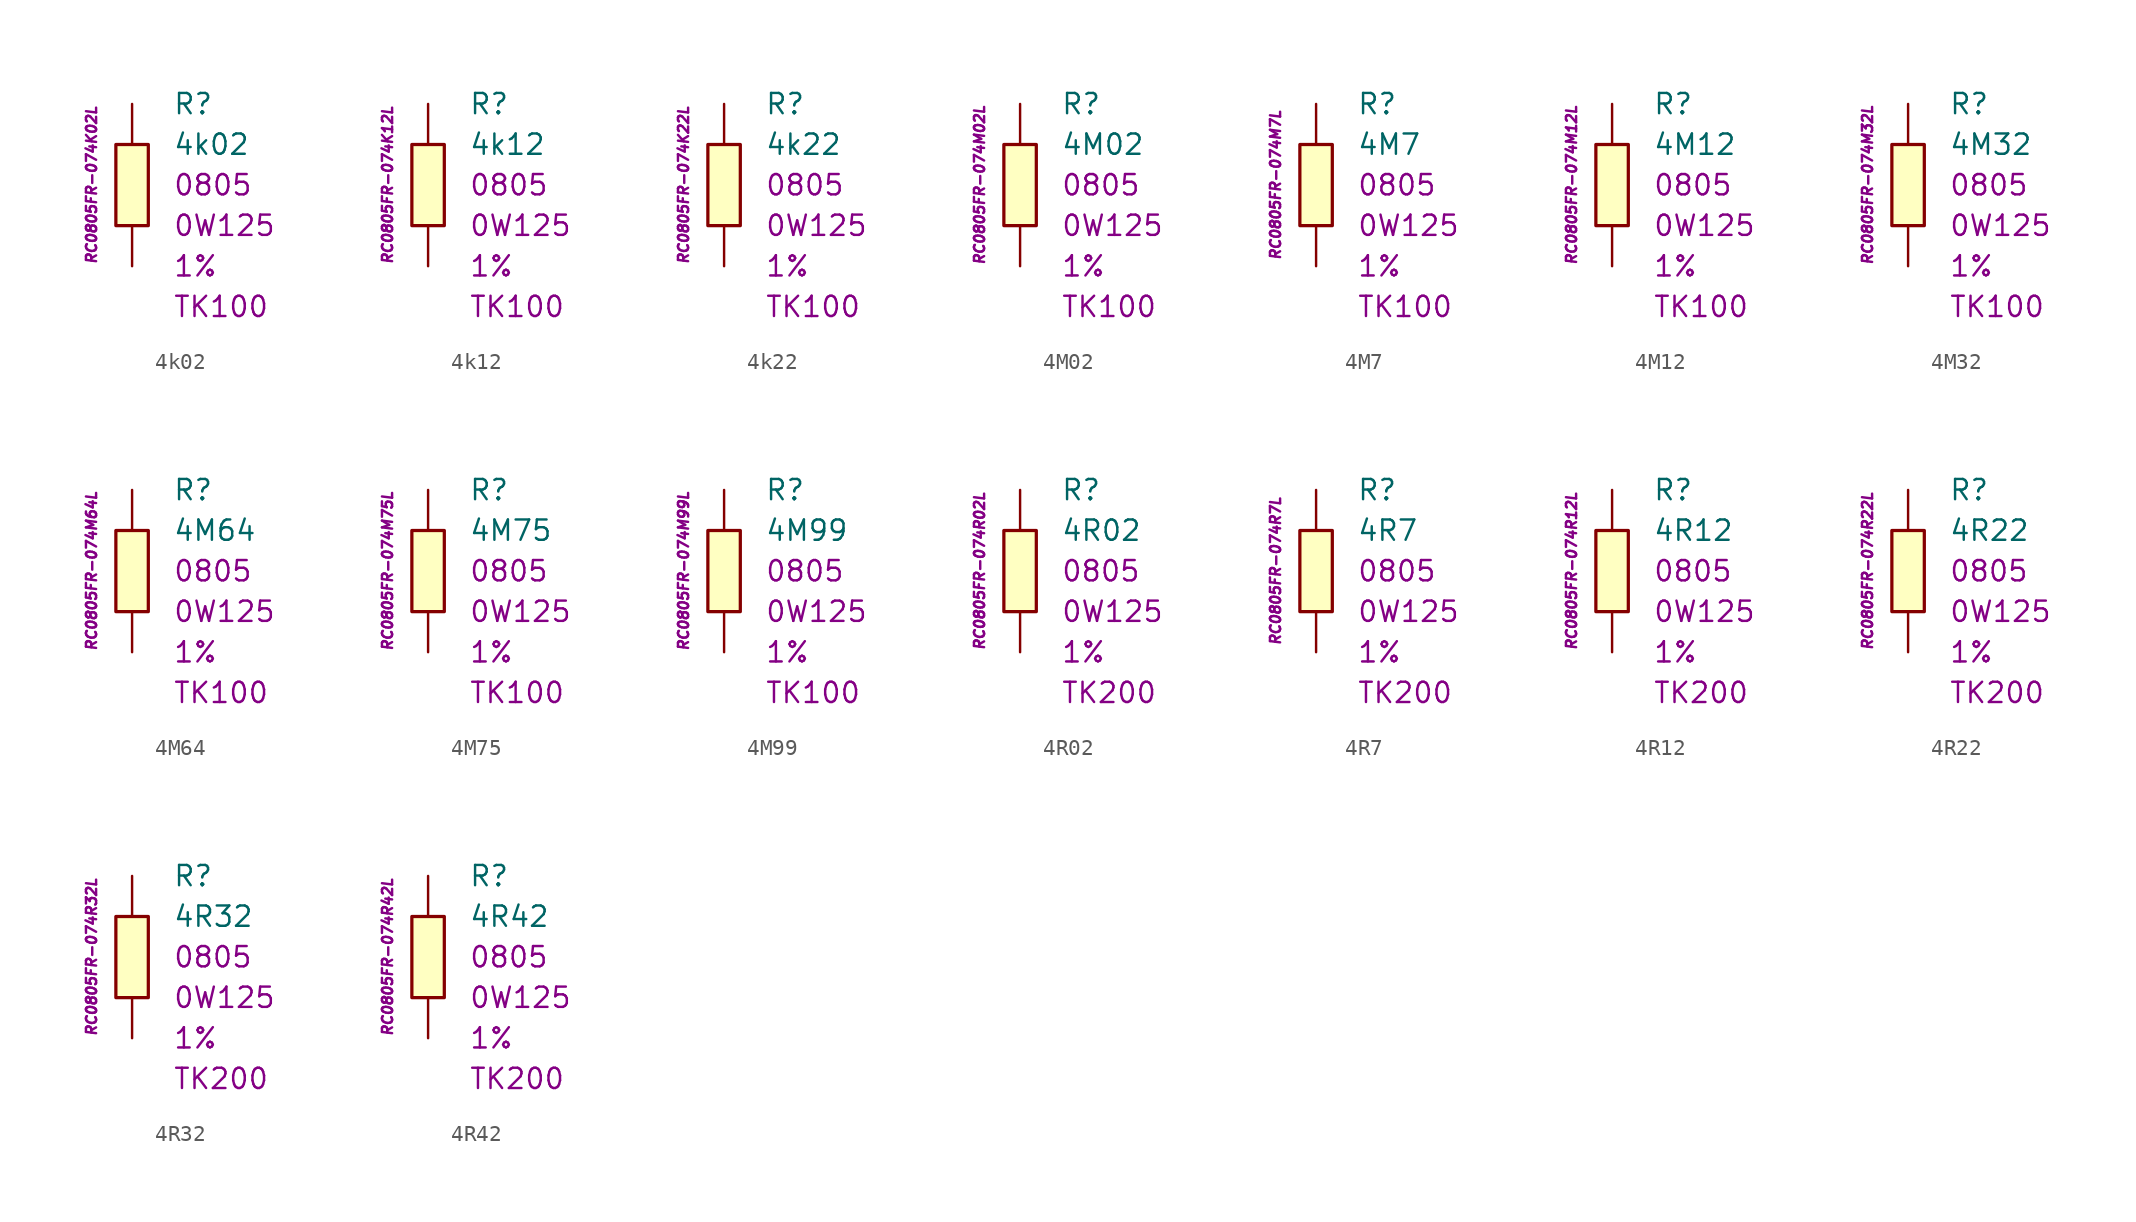
<source format=kicad_sym>
(kicad_symbol_lib
  (version 20201005)
  (generator kicad_symbol_editor)
  (symbol "4k02"
    (pin_numbers hide)
    (pin_names
      (offset 1.016) hide)
    (property "Reference" "R"
      (at 2.54 5.08 0)
      (effects (font (size 1.27 1.27)) (justify left)))
    (property "Value" "4k02"
      (at 2.54 2.54 0)
      (effects (font (size 1.27 1.27)) (justify left)))
    (property "Package" "0805"
      (at 2.54 0 0)
      (effects (font (size 1.27 1.27)) (justify left)))
    (property "Power" "0W125"
      (at 2.54 -2.54 0)
      (effects (font (size 1.27 1.27)) (justify left)))
    (property "Tolerance" "1%"
      (at 2.54 -5.08 0)
      (effects (font (size 1.27 1.27)) (justify left)))
    (property "TK" "TK100"
      (at 2.54 -7.62 0)
      (effects (font (size 1.27 1.27)) (justify left)))
    (property "ID" "RC0805FR-074K02L"
      (at -2.54 0 90)
      (effects (font (size 0.635 0.635) italic)))
    (symbol "4k02_0_1"
      (rectangle (start -1.016 2.54) (end 1.016 -2.54) (stroke (width 0.203)) (fill (type background))))
    (symbol "4k02_1_1"
      (pin passive line (at 0 5.08 270) (length 2.54) (name "~" (effects (font (size 1.778 1.778)))) (number "1" (effects (font (size 1.778 1.778)))))
      (pin passive line (at 0 -5.08 90) (length 2.54) (name "~" (effects (font (size 1.778 1.778)))) (number "2" (effects (font (size 1.778 1.778)))))))
  (symbol "4k12"
    (pin_numbers hide)
    (pin_names
      (offset 1.016) hide)
    (property "Reference" "R"
      (at 2.54 5.08 0)
      (effects (font (size 1.27 1.27)) (justify left)))
    (property "Value" "4k12"
      (at 2.54 2.54 0)
      (effects (font (size 1.27 1.27)) (justify left)))
    (property "Package" "0805"
      (at 2.54 0 0)
      (effects (font (size 1.27 1.27)) (justify left)))
    (property "Power" "0W125"
      (at 2.54 -2.54 0)
      (effects (font (size 1.27 1.27)) (justify left)))
    (property "Tolerance" "1%"
      (at 2.54 -5.08 0)
      (effects (font (size 1.27 1.27)) (justify left)))
    (property "TK" "TK100"
      (at 2.54 -7.62 0)
      (effects (font (size 1.27 1.27)) (justify left)))
    (property "ID" "RC0805FR-074K12L"
      (at -2.54 0 90)
      (effects (font (size 0.635 0.635) italic)))
    (symbol "4k12_0_1"
      (rectangle (start -1.016 2.54) (end 1.016 -2.54) (stroke (width 0.203)) (fill (type background))))
    (symbol "4k12_1_1"
      (pin passive line (at 0 5.08 270) (length 2.54) (name "~" (effects (font (size 1.778 1.778)))) (number "1" (effects (font (size 1.778 1.778)))))
      (pin passive line (at 0 -5.08 90) (length 2.54) (name "~" (effects (font (size 1.778 1.778)))) (number "2" (effects (font (size 1.778 1.778)))))))
  (symbol "4k22"
    (pin_numbers hide)
    (pin_names
      (offset 1.016) hide)
    (property "Reference" "R"
      (at 2.54 5.08 0)
      (effects (font (size 1.27 1.27)) (justify left)))
    (property "Value" "4k22"
      (at 2.54 2.54 0)
      (effects (font (size 1.27 1.27)) (justify left)))
    (property "Package" "0805"
      (at 2.54 0 0)
      (effects (font (size 1.27 1.27)) (justify left)))
    (property "Power" "0W125"
      (at 2.54 -2.54 0)
      (effects (font (size 1.27 1.27)) (justify left)))
    (property "Tolerance" "1%"
      (at 2.54 -5.08 0)
      (effects (font (size 1.27 1.27)) (justify left)))
    (property "TK" "TK100"
      (at 2.54 -7.62 0)
      (effects (font (size 1.27 1.27)) (justify left)))
    (property "ID" "RC0805FR-074K22L"
      (at -2.54 0 90)
      (effects (font (size 0.635 0.635) italic)))
    (symbol "4k22_0_1"
      (rectangle (start -1.016 2.54) (end 1.016 -2.54) (stroke (width 0.203)) (fill (type background))))
    (symbol "4k22_1_1"
      (pin passive line (at 0 5.08 270) (length 2.54) (name "~" (effects (font (size 1.778 1.778)))) (number "1" (effects (font (size 1.778 1.778)))))
      (pin passive line (at 0 -5.08 90) (length 2.54) (name "~" (effects (font (size 1.778 1.778)))) (number "2" (effects (font (size 1.778 1.778)))))))
  (symbol "4M02"
    (pin_numbers hide)
    (pin_names
      (offset 1.016) hide)
    (property "Reference" "R"
      (at 2.54 5.08 0)
      (effects (font (size 1.27 1.27)) (justify left)))
    (property "Value" "4M02"
      (at 2.54 2.54 0)
      (effects (font (size 1.27 1.27)) (justify left)))
    (property "Package" "0805"
      (at 2.54 0 0)
      (effects (font (size 1.27 1.27)) (justify left)))
    (property "Power" "0W125"
      (at 2.54 -2.54 0)
      (effects (font (size 1.27 1.27)) (justify left)))
    (property "Tolerance" "1%"
      (at 2.54 -5.08 0)
      (effects (font (size 1.27 1.27)) (justify left)))
    (property "TK" "TK100"
      (at 2.54 -7.62 0)
      (effects (font (size 1.27 1.27)) (justify left)))
    (property "ID" "RC0805FR-074M02L"
      (at -2.54 0 90)
      (effects (font (size 0.635 0.635) italic)))
    (symbol "4M02_0_1"
      (rectangle (start -1.016 2.54) (end 1.016 -2.54) (stroke (width 0.203)) (fill (type background))))
    (symbol "4M02_1_1"
      (pin passive line (at 0 5.08 270) (length 2.54) (name "~" (effects (font (size 1.778 1.778)))) (number "1" (effects (font (size 1.778 1.778)))))
      (pin passive line (at 0 -5.08 90) (length 2.54) (name "~" (effects (font (size 1.778 1.778)))) (number "2" (effects (font (size 1.778 1.778)))))))
  (symbol "4M7"
    (pin_numbers hide)
    (pin_names
      (offset 1.016) hide)
    (property "Reference" "R"
      (at 2.54 5.08 0)
      (effects (font (size 1.27 1.27)) (justify left)))
    (property "Value" "4M7"
      (at 2.54 2.54 0)
      (effects (font (size 1.27 1.27)) (justify left)))
    (property "Package" "0805"
      (at 2.54 0 0)
      (effects (font (size 1.27 1.27)) (justify left)))
    (property "Power" "0W125"
      (at 2.54 -2.54 0)
      (effects (font (size 1.27 1.27)) (justify left)))
    (property "Tolerance" "1%"
      (at 2.54 -5.08 0)
      (effects (font (size 1.27 1.27)) (justify left)))
    (property "TK" "TK100"
      (at 2.54 -7.62 0)
      (effects (font (size 1.27 1.27)) (justify left)))
    (property "ID" "RC0805FR-074M7L"
      (at -2.54 0 90)
      (effects (font (size 0.635 0.635) italic)))
    (symbol "4M7_0_1"
      (rectangle (start -1.016 2.54) (end 1.016 -2.54) (stroke (width 0.203)) (fill (type background))))
    (symbol "4M7_1_1"
      (pin passive line (at 0 5.08 270) (length 2.54) (name "~" (effects (font (size 1.778 1.778)))) (number "1" (effects (font (size 1.778 1.778)))))
      (pin passive line (at 0 -5.08 90) (length 2.54) (name "~" (effects (font (size 1.778 1.778)))) (number "2" (effects (font (size 1.778 1.778)))))))
  (symbol "4M12"
    (pin_numbers hide)
    (pin_names
      (offset 1.016) hide)
    (property "Reference" "R"
      (at 2.54 5.08 0)
      (effects (font (size 1.27 1.27)) (justify left)))
    (property "Value" "4M12"
      (at 2.54 2.54 0)
      (effects (font (size 1.27 1.27)) (justify left)))
    (property "Package" "0805"
      (at 2.54 0 0)
      (effects (font (size 1.27 1.27)) (justify left)))
    (property "Power" "0W125"
      (at 2.54 -2.54 0)
      (effects (font (size 1.27 1.27)) (justify left)))
    (property "Tolerance" "1%"
      (at 2.54 -5.08 0)
      (effects (font (size 1.27 1.27)) (justify left)))
    (property "TK" "TK100"
      (at 2.54 -7.62 0)
      (effects (font (size 1.27 1.27)) (justify left)))
    (property "ID" "RC0805FR-074M12L"
      (at -2.54 0 90)
      (effects (font (size 0.635 0.635) italic)))
    (symbol "4M12_0_1"
      (rectangle (start -1.016 2.54) (end 1.016 -2.54) (stroke (width 0.203)) (fill (type background))))
    (symbol "4M12_1_1"
      (pin passive line (at 0 5.08 270) (length 2.54) (name "~" (effects (font (size 1.778 1.778)))) (number "1" (effects (font (size 1.778 1.778)))))
      (pin passive line (at 0 -5.08 90) (length 2.54) (name "~" (effects (font (size 1.778 1.778)))) (number "2" (effects (font (size 1.778 1.778)))))))
  (symbol "4M32"
    (pin_numbers hide)
    (pin_names
      (offset 1.016) hide)
    (property "Reference" "R"
      (at 2.54 5.08 0)
      (effects (font (size 1.27 1.27)) (justify left)))
    (property "Value" "4M32"
      (at 2.54 2.54 0)
      (effects (font (size 1.27 1.27)) (justify left)))
    (property "Package" "0805"
      (at 2.54 0 0)
      (effects (font (size 1.27 1.27)) (justify left)))
    (property "Power" "0W125"
      (at 2.54 -2.54 0)
      (effects (font (size 1.27 1.27)) (justify left)))
    (property "Tolerance" "1%"
      (at 2.54 -5.08 0)
      (effects (font (size 1.27 1.27)) (justify left)))
    (property "TK" "TK100"
      (at 2.54 -7.62 0)
      (effects (font (size 1.27 1.27)) (justify left)))
    (property "ID" "RC0805FR-074M32L"
      (at -2.54 0 90)
      (effects (font (size 0.635 0.635) italic)))
    (symbol "4M32_0_1"
      (rectangle (start -1.016 2.54) (end 1.016 -2.54) (stroke (width 0.203)) (fill (type background))))
    (symbol "4M32_1_1"
      (pin passive line (at 0 5.08 270) (length 2.54) (name "~" (effects (font (size 1.778 1.778)))) (number "1" (effects (font (size 1.778 1.778)))))
      (pin passive line (at 0 -5.08 90) (length 2.54) (name "~" (effects (font (size 1.778 1.778)))) (number "2" (effects (font (size 1.778 1.778)))))))
  (symbol "4M64"
    (pin_numbers hide)
    (pin_names
      (offset 1.016) hide)
    (property "Reference" "R"
      (at 2.54 5.08 0)
      (effects (font (size 1.27 1.27)) (justify left)))
    (property "Value" "4M64"
      (at 2.54 2.54 0)
      (effects (font (size 1.27 1.27)) (justify left)))
    (property "Package" "0805"
      (at 2.54 0 0)
      (effects (font (size 1.27 1.27)) (justify left)))
    (property "Power" "0W125"
      (at 2.54 -2.54 0)
      (effects (font (size 1.27 1.27)) (justify left)))
    (property "Tolerance" "1%"
      (at 2.54 -5.08 0)
      (effects (font (size 1.27 1.27)) (justify left)))
    (property "TK" "TK100"
      (at 2.54 -7.62 0)
      (effects (font (size 1.27 1.27)) (justify left)))
    (property "ID" "RC0805FR-074M64L"
      (at -2.54 0 90)
      (effects (font (size 0.635 0.635) italic)))
    (symbol "4M64_0_1"
      (rectangle (start -1.016 2.54) (end 1.016 -2.54) (stroke (width 0.203)) (fill (type background))))
    (symbol "4M64_1_1"
      (pin passive line (at 0 5.08 270) (length 2.54) (name "~" (effects (font (size 1.778 1.778)))) (number "1" (effects (font (size 1.778 1.778)))))
      (pin passive line (at 0 -5.08 90) (length 2.54) (name "~" (effects (font (size 1.778 1.778)))) (number "2" (effects (font (size 1.778 1.778)))))))
  (symbol "4M75"
    (pin_numbers hide)
    (pin_names
      (offset 1.016) hide)
    (property "Reference" "R"
      (at 2.54 5.08 0)
      (effects (font (size 1.27 1.27)) (justify left)))
    (property "Value" "4M75"
      (at 2.54 2.54 0)
      (effects (font (size 1.27 1.27)) (justify left)))
    (property "Package" "0805"
      (at 2.54 0 0)
      (effects (font (size 1.27 1.27)) (justify left)))
    (property "Power" "0W125"
      (at 2.54 -2.54 0)
      (effects (font (size 1.27 1.27)) (justify left)))
    (property "Tolerance" "1%"
      (at 2.54 -5.08 0)
      (effects (font (size 1.27 1.27)) (justify left)))
    (property "TK" "TK100"
      (at 2.54 -7.62 0)
      (effects (font (size 1.27 1.27)) (justify left)))
    (property "ID" "RC0805FR-074M75L"
      (at -2.54 0 90)
      (effects (font (size 0.635 0.635) italic)))
    (symbol "4M75_0_1"
      (rectangle (start -1.016 2.54) (end 1.016 -2.54) (stroke (width 0.203)) (fill (type background))))
    (symbol "4M75_1_1"
      (pin passive line (at 0 5.08 270) (length 2.54) (name "~" (effects (font (size 1.778 1.778)))) (number "1" (effects (font (size 1.778 1.778)))))
      (pin passive line (at 0 -5.08 90) (length 2.54) (name "~" (effects (font (size 1.778 1.778)))) (number "2" (effects (font (size 1.778 1.778)))))))
  (symbol "4M99"
    (pin_numbers hide)
    (pin_names
      (offset 1.016) hide)
    (property "Reference" "R"
      (at 2.54 5.08 0)
      (effects (font (size 1.27 1.27)) (justify left)))
    (property "Value" "4M99"
      (at 2.54 2.54 0)
      (effects (font (size 1.27 1.27)) (justify left)))
    (property "Package" "0805"
      (at 2.54 0 0)
      (effects (font (size 1.27 1.27)) (justify left)))
    (property "Power" "0W125"
      (at 2.54 -2.54 0)
      (effects (font (size 1.27 1.27)) (justify left)))
    (property "Tolerance" "1%"
      (at 2.54 -5.08 0)
      (effects (font (size 1.27 1.27)) (justify left)))
    (property "TK" "TK100"
      (at 2.54 -7.62 0)
      (effects (font (size 1.27 1.27)) (justify left)))
    (property "ID" "RC0805FR-074M99L"
      (at -2.54 0 90)
      (effects (font (size 0.635 0.635) italic)))
    (symbol "4M99_0_1"
      (rectangle (start -1.016 2.54) (end 1.016 -2.54) (stroke (width 0.203)) (fill (type background))))
    (symbol "4M99_1_1"
      (pin passive line (at 0 5.08 270) (length 2.54) (name "~" (effects (font (size 1.778 1.778)))) (number "1" (effects (font (size 1.778 1.778)))))
      (pin passive line (at 0 -5.08 90) (length 2.54) (name "~" (effects (font (size 1.778 1.778)))) (number "2" (effects (font (size 1.778 1.778)))))))
  (symbol "4R02"
    (pin_numbers hide)
    (pin_names
      (offset 1.016) hide)
    (property "Reference" "R"
      (at 2.54 5.08 0)
      (effects (font (size 1.27 1.27)) (justify left)))
    (property "Value" "4R02"
      (at 2.54 2.54 0)
      (effects (font (size 1.27 1.27)) (justify left)))
    (property "Package" "0805"
      (at 2.54 0 0)
      (effects (font (size 1.27 1.27)) (justify left)))
    (property "Power" "0W125"
      (at 2.54 -2.54 0)
      (effects (font (size 1.27 1.27)) (justify left)))
    (property "Tolerance" "1%"
      (at 2.54 -5.08 0)
      (effects (font (size 1.27 1.27)) (justify left)))
    (property "TK" "TK200"
      (at 2.54 -7.62 0)
      (effects (font (size 1.27 1.27)) (justify left)))
    (property "ID" "RC0805FR-074R02L"
      (at -2.54 0 90)
      (effects (font (size 0.635 0.635) italic)))
    (symbol "4R02_0_1"
      (rectangle (start -1.016 2.54) (end 1.016 -2.54) (stroke (width 0.203)) (fill (type background))))
    (symbol "4R02_1_1"
      (pin passive line (at 0 5.08 270) (length 2.54) (name "~" (effects (font (size 1.778 1.778)))) (number "1" (effects (font (size 1.778 1.778)))))
      (pin passive line (at 0 -5.08 90) (length 2.54) (name "~" (effects (font (size 1.778 1.778)))) (number "2" (effects (font (size 1.778 1.778)))))))
  (symbol "4R7"
    (pin_numbers hide)
    (pin_names
      (offset 1.016) hide)
    (property "Reference" "R"
      (at 2.54 5.08 0)
      (effects (font (size 1.27 1.27)) (justify left)))
    (property "Value" "4R7"
      (at 2.54 2.54 0)
      (effects (font (size 1.27 1.27)) (justify left)))
    (property "Package" "0805"
      (at 2.54 0 0)
      (effects (font (size 1.27 1.27)) (justify left)))
    (property "Power" "0W125"
      (at 2.54 -2.54 0)
      (effects (font (size 1.27 1.27)) (justify left)))
    (property "Tolerance" "1%"
      (at 2.54 -5.08 0)
      (effects (font (size 1.27 1.27)) (justify left)))
    (property "TK" "TK200"
      (at 2.54 -7.62 0)
      (effects (font (size 1.27 1.27)) (justify left)))
    (property "ID" "RC0805FR-074R7L"
      (at -2.54 0 90)
      (effects (font (size 0.635 0.635) italic)))
    (symbol "4R7_0_1"
      (rectangle (start -1.016 2.54) (end 1.016 -2.54) (stroke (width 0.203)) (fill (type background))))
    (symbol "4R7_1_1"
      (pin passive line (at 0 5.08 270) (length 2.54) (name "~" (effects (font (size 1.778 1.778)))) (number "1" (effects (font (size 1.778 1.778)))))
      (pin passive line (at 0 -5.08 90) (length 2.54) (name "~" (effects (font (size 1.778 1.778)))) (number "2" (effects (font (size 1.778 1.778)))))))
  (symbol "4R12"
    (pin_numbers hide)
    (pin_names
      (offset 1.016) hide)
    (property "Reference" "R"
      (at 2.54 5.08 0)
      (effects (font (size 1.27 1.27)) (justify left)))
    (property "Value" "4R12"
      (at 2.54 2.54 0)
      (effects (font (size 1.27 1.27)) (justify left)))
    (property "Package" "0805"
      (at 2.54 0 0)
      (effects (font (size 1.27 1.27)) (justify left)))
    (property "Power" "0W125"
      (at 2.54 -2.54 0)
      (effects (font (size 1.27 1.27)) (justify left)))
    (property "Tolerance" "1%"
      (at 2.54 -5.08 0)
      (effects (font (size 1.27 1.27)) (justify left)))
    (property "TK" "TK200"
      (at 2.54 -7.62 0)
      (effects (font (size 1.27 1.27)) (justify left)))
    (property "ID" "RC0805FR-074R12L"
      (at -2.54 0 90)
      (effects (font (size 0.635 0.635) italic)))
    (symbol "4R12_0_1"
      (rectangle (start -1.016 2.54) (end 1.016 -2.54) (stroke (width 0.203)) (fill (type background))))
    (symbol "4R12_1_1"
      (pin passive line (at 0 5.08 270) (length 2.54) (name "~" (effects (font (size 1.778 1.778)))) (number "1" (effects (font (size 1.778 1.778)))))
      (pin passive line (at 0 -5.08 90) (length 2.54) (name "~" (effects (font (size 1.778 1.778)))) (number "2" (effects (font (size 1.778 1.778)))))))
  (symbol "4R22"
    (pin_numbers hide)
    (pin_names
      (offset 1.016) hide)
    (property "Reference" "R"
      (at 2.54 5.08 0)
      (effects (font (size 1.27 1.27)) (justify left)))
    (property "Value" "4R22"
      (at 2.54 2.54 0)
      (effects (font (size 1.27 1.27)) (justify left)))
    (property "Package" "0805"
      (at 2.54 0 0)
      (effects (font (size 1.27 1.27)) (justify left)))
    (property "Power" "0W125"
      (at 2.54 -2.54 0)
      (effects (font (size 1.27 1.27)) (justify left)))
    (property "Tolerance" "1%"
      (at 2.54 -5.08 0)
      (effects (font (size 1.27 1.27)) (justify left)))
    (property "TK" "TK200"
      (at 2.54 -7.62 0)
      (effects (font (size 1.27 1.27)) (justify left)))
    (property "ID" "RC0805FR-074R22L"
      (at -2.54 0 90)
      (effects (font (size 0.635 0.635) italic)))
    (symbol "4R22_0_1"
      (rectangle (start -1.016 2.54) (end 1.016 -2.54) (stroke (width 0.203)) (fill (type background))))
    (symbol "4R22_1_1"
      (pin passive line (at 0 5.08 270) (length 2.54) (name "~" (effects (font (size 1.778 1.778)))) (number "1" (effects (font (size 1.778 1.778)))))
      (pin passive line (at 0 -5.08 90) (length 2.54) (name "~" (effects (font (size 1.778 1.778)))) (number "2" (effects (font (size 1.778 1.778)))))))
  (symbol "4R32"
    (pin_numbers hide)
    (pin_names
      (offset 1.016) hide)
    (property "Reference" "R"
      (at 2.54 5.08 0)
      (effects (font (size 1.27 1.27)) (justify left)))
    (property "Value" "4R32"
      (at 2.54 2.54 0)
      (effects (font (size 1.27 1.27)) (justify left)))
    (property "Package" "0805"
      (at 2.54 0 0)
      (effects (font (size 1.27 1.27)) (justify left)))
    (property "Power" "0W125"
      (at 2.54 -2.54 0)
      (effects (font (size 1.27 1.27)) (justify left)))
    (property "Tolerance" "1%"
      (at 2.54 -5.08 0)
      (effects (font (size 1.27 1.27)) (justify left)))
    (property "TK" "TK200"
      (at 2.54 -7.62 0)
      (effects (font (size 1.27 1.27)) (justify left)))
    (property "ID" "RC0805FR-074R32L"
      (at -2.54 0 90)
      (effects (font (size 0.635 0.635) italic)))
    (symbol "4R32_0_1"
      (rectangle (start -1.016 2.54) (end 1.016 -2.54) (stroke (width 0.203)) (fill (type background))))
    (symbol "4R32_1_1"
      (pin passive line (at 0 5.08 270) (length 2.54) (name "~" (effects (font (size 1.778 1.778)))) (number "1" (effects (font (size 1.778 1.778)))))
      (pin passive line (at 0 -5.08 90) (length 2.54) (name "~" (effects (font (size 1.778 1.778)))) (number "2" (effects (font (size 1.778 1.778)))))))
  (symbol "4R42"
    (pin_numbers hide)
    (pin_names
      (offset 1.016) hide)
    (property "Reference" "R"
      (at 2.54 5.08 0)
      (effects (font (size 1.27 1.27)) (justify left)))
    (property "Value" "4R42"
      (at 2.54 2.54 0)
      (effects (font (size 1.27 1.27)) (justify left)))
    (property "Package" "0805"
      (at 2.54 0 0)
      (effects (font (size 1.27 1.27)) (justify left)))
    (property "Power" "0W125"
      (at 2.54 -2.54 0)
      (effects (font (size 1.27 1.27)) (justify left)))
    (property "Tolerance" "1%"
      (at 2.54 -5.08 0)
      (effects (font (size 1.27 1.27)) (justify left)))
    (property "TK" "TK200"
      (at 2.54 -7.62 0)
      (effects (font (size 1.27 1.27)) (justify left)))
    (property "ID" "RC0805FR-074R42L"
      (at -2.54 0 90)
      (effects (font (size 0.635 0.635) italic)))
    (symbol "4R42_0_1"
      (rectangle (start -1.016 2.54) (end 1.016 -2.54) (stroke (width 0.203)) (fill (type background))))
    (symbol "4R42_1_1"
      (pin passive line (at 0 5.08 270) (length 2.54) (name "~" (effects (font (size 1.778 1.778)))) (number "1" (effects (font (size 1.778 1.778)))))
      (pin passive line (at 0 -5.08 90) (length 2.54) (name "~" (effects (font (size 1.778 1.778)))) (number "2" (effects (font (size 1.778 1.778))))))))
</source>
